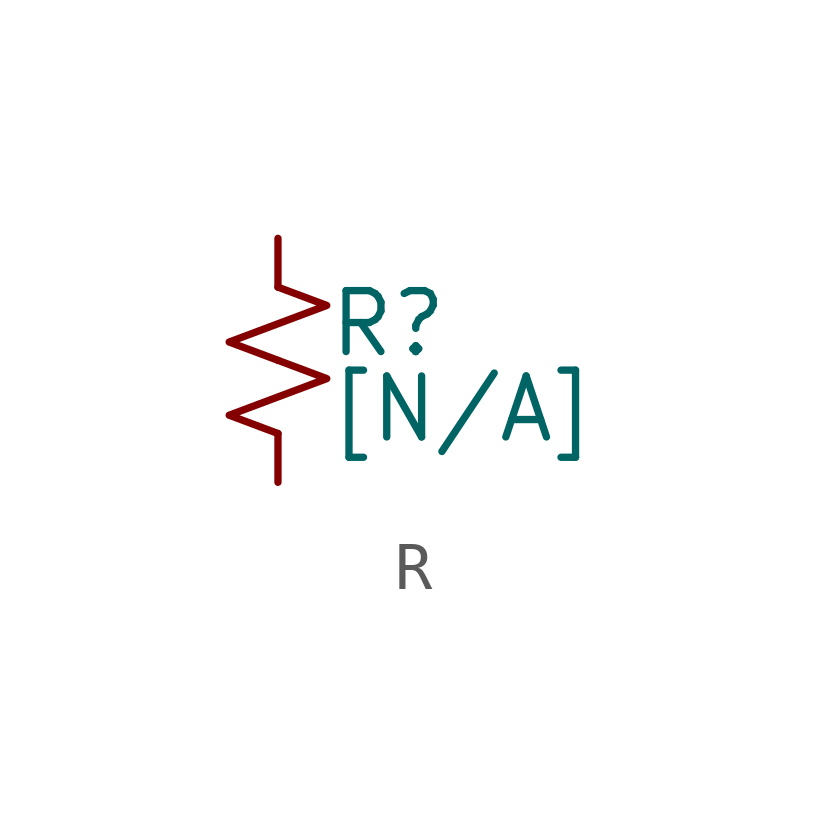
<source format=kicad_sym>
(kicad_symbol_lib
  (version 20241209)
  (generator "kicad_symbol_editor")
  (generator_version "9.0")
  (symbol "R"
    (pin_numbers
      (hide yes))
    (pin_names
      (offset 0.254)
      (hide yes))
    (property "Reference" "R"
      (at 1.016 0.762 0)
      (effects (font (size 1.27 1.27)) (justify left)))
    (property "Value" "[N/A]"
      (at 1.016 -1.016 0)
      (effects (font (size 1.27 1.27)) (justify left)))
    (symbol "R_1_1"
      (polyline (pts (xy 0 1.524) (xy 1.016 1.143) (xy 0 0.762) (xy -1.016 0.381) (xy 0 0)) (stroke (width 0) (type default)) (fill (type none)))
      (polyline (pts (xy 0 0) (xy 1.016 -0.381) (xy 0 -0.762) (xy -1.016 -1.143) (xy 0 -1.524)) (stroke (width 0) (type default)) (fill (type none)))
      (pin passive line (at 0 2.54 270) (length 1.016) (name "~" (effects (font (size 1.27 1.27)))) (number "1" (effects (font (size 1.27 1.27)))))
      (pin passive line (at 0 -2.54 90) (length 1.016) (name "~" (effects (font (size 1.27 1.27)))) (number "2" (effects (font (size 1.27 1.27))))))))
</source>
